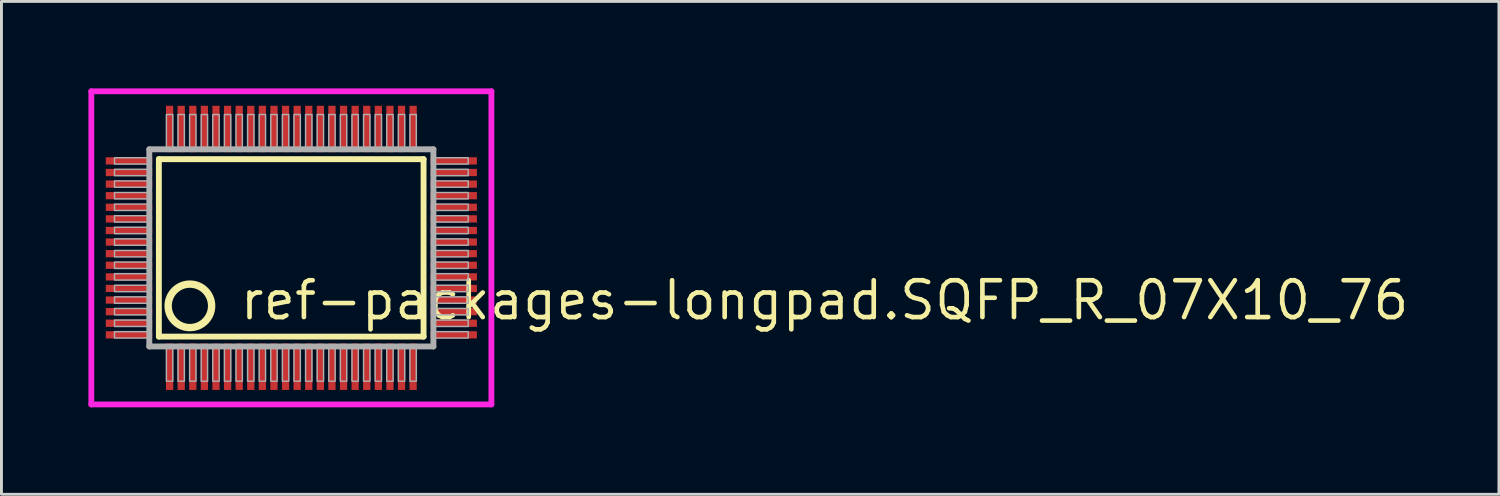
<source format=kicad_pcb>
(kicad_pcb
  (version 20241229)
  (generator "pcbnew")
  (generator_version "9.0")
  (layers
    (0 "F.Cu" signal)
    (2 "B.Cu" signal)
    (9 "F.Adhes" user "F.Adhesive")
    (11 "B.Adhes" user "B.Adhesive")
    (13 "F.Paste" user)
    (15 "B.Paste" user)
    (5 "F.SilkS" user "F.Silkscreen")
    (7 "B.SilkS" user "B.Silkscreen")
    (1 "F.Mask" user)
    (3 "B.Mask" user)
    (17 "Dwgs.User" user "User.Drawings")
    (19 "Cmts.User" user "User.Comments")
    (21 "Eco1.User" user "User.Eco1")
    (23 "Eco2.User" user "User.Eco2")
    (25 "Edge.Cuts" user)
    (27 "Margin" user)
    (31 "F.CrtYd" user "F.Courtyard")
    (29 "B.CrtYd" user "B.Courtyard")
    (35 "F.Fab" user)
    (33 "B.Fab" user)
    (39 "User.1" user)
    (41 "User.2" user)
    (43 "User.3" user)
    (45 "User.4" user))
  (footprint "ref-packages-longpad.SQFP_R_07X10_76"
    (layer "F.Cu")
    (at 7 5.5)
    (property "Reference" "ref-packages-longpad.SQFP_R_07X10_76" (at -1.85 2.55 0) (layer "F.SilkS") (effects (font (size 1.27 1.27) (thickness 0.16)) (justify left bottom)))
    (attr smd)
    (fp_line (start -4.57 -3.06) (end 4.56 -3.06) (stroke (width 0.203) (type default)) (layer "F.SilkS"))
    (fp_line (start -4.57 3.06) (end -4.57 -3.06) (stroke (width 0.203) (type default)) (layer "F.SilkS"))
    (fp_line (start 4.56 -3.06) (end 4.56 3.06) (stroke (width 0.203) (type default)) (layer "F.SilkS"))
    (fp_line (start 4.56 3.06) (end -4.57 3.06) (stroke (width 0.203) (type default)) (layer "F.SilkS"))
    (fp_circle (center -3.5 2) (end -2.75 2) (stroke (width 0.254) (type default)) (fill no) (layer "F.SilkS"))
    (fp_line (start -6.9 -5.4) (end 6.9 -5.4) (stroke (width 0.2) (type default)) (layer "F.CrtYd"))
    (fp_line (start -6.9 5.4) (end -6.9 -5.4) (stroke (width 0.2) (type default)) (layer "F.CrtYd"))
    (fp_line (start 6.9 -5.4) (end 6.9 5.4) (stroke (width 0.2) (type default)) (layer "F.CrtYd"))
    (fp_line (start 6.9 5.4) (end -6.9 5.4) (stroke (width 0.2) (type default)) (layer "F.CrtYd"))
    (fp_line (start -4.9 -3.4) (end -4.9 3.4) (stroke (width 0.203) (type default)) (layer "F.Fab"))
    (fp_line (start -4.9 3.4) (end 4.9 3.4) (stroke (width 0.203) (type default)) (layer "F.Fab"))
    (fp_line (start 4.9 -3.4) (end -4.9 -3.4) (stroke (width 0.203) (type default)) (layer "F.Fab"))
    (fp_line (start 4.9 3.4) (end 4.9 -3.4) (stroke (width 0.203) (type default)) (layer "F.Fab"))
    (fp_rect (start -6.1 -2.89) (end -4.95 -3.11) (stroke (width 0.05) (type default)) (fill no) (layer "F.Fab"))
    (fp_rect (start -6.1 -2.49) (end -4.95 -2.71) (stroke (width 0.05) (type default)) (fill no) (layer "F.Fab"))
    (fp_rect (start -6.1 -2.09) (end -4.95 -2.31) (stroke (width 0.05) (type default)) (fill no) (layer "F.Fab"))
    (fp_rect (start -6.1 -1.69) (end -4.95 -1.91) (stroke (width 0.05) (type default)) (fill no) (layer "F.Fab"))
    (fp_rect (start -6.1 -1.29) (end -4.95 -1.51) (stroke (width 0.05) (type default)) (fill no) (layer "F.Fab"))
    (fp_rect (start -6.1 -0.89) (end -4.95 -1.11) (stroke (width 0.05) (type default)) (fill no) (layer "F.Fab"))
    (fp_rect (start -6.1 -0.49) (end -4.95 -0.71) (stroke (width 0.05) (type default)) (fill no) (layer "F.Fab"))
    (fp_rect (start -6.1 -0.09) (end -4.95 -0.31) (stroke (width 0.05) (type default)) (fill no) (layer "F.Fab"))
    (fp_rect (start -6.1 0.31) (end -4.95 0.09) (stroke (width 0.05) (type default)) (fill no) (layer "F.Fab"))
    (fp_rect (start -6.1 0.71) (end -4.95 0.49) (stroke (width 0.05) (type default)) (fill no) (layer "F.Fab"))
    (fp_rect (start -6.1 1.11) (end -4.95 0.89) (stroke (width 0.05) (type default)) (fill no) (layer "F.Fab"))
    (fp_rect (start -6.1 1.51) (end -4.95 1.29) (stroke (width 0.05) (type default)) (fill no) (layer "F.Fab"))
    (fp_rect (start -6.1 1.91) (end -4.95 1.69) (stroke (width 0.05) (type default)) (fill no) (layer "F.Fab"))
    (fp_rect (start -6.1 2.31) (end -4.95 2.09) (stroke (width 0.05) (type default)) (fill no) (layer "F.Fab"))
    (fp_rect (start -6.1 2.71) (end -4.95 2.49) (stroke (width 0.05) (type default)) (fill no) (layer "F.Fab"))
    (fp_rect (start -6.1 3.11) (end -4.95 2.89) (stroke (width 0.05) (type default)) (fill no) (layer "F.Fab"))
    (fp_rect (start -4.31 -3.45) (end -4.09 -4.6) (stroke (width 0.05) (type default)) (fill no) (layer "F.Fab"))
    (fp_rect (start -4.31 4.6) (end -4.09 3.45) (stroke (width 0.05) (type default)) (fill no) (layer "F.Fab"))
    (fp_rect (start -3.91 -3.45) (end -3.69 -4.6) (stroke (width 0.05) (type default)) (fill no) (layer "F.Fab"))
    (fp_rect (start -3.91 4.6) (end -3.69 3.45) (stroke (width 0.05) (type default)) (fill no) (layer "F.Fab"))
    (fp_rect (start -3.51 -3.45) (end -3.29 -4.6) (stroke (width 0.05) (type default)) (fill no) (layer "F.Fab"))
    (fp_rect (start -3.51 4.6) (end -3.29 3.45) (stroke (width 0.05) (type default)) (fill no) (layer "F.Fab"))
    (fp_rect (start -3.11 -3.45) (end -2.89 -4.6) (stroke (width 0.05) (type default)) (fill no) (layer "F.Fab"))
    (fp_rect (start -3.11 4.6) (end -2.89 3.45) (stroke (width 0.05) (type default)) (fill no) (layer "F.Fab"))
    (fp_rect (start -2.71 -3.45) (end -2.49 -4.6) (stroke (width 0.05) (type default)) (fill no) (layer "F.Fab"))
    (fp_rect (start -2.71 4.6) (end -2.49 3.45) (stroke (width 0.05) (type default)) (fill no) (layer "F.Fab"))
    (fp_rect (start -2.31 -3.45) (end -2.09 -4.6) (stroke (width 0.05) (type default)) (fill no) (layer "F.Fab"))
    (fp_rect (start -2.31 4.6) (end -2.09 3.45) (stroke (width 0.05) (type default)) (fill no) (layer "F.Fab"))
    (fp_rect (start -1.91 -3.45) (end -1.69 -4.6) (stroke (width 0.05) (type default)) (fill no) (layer "F.Fab"))
    (fp_rect (start -1.91 4.6) (end -1.69 3.45) (stroke (width 0.05) (type default)) (fill no) (layer "F.Fab"))
    (fp_rect (start -1.51 -3.45) (end -1.29 -4.6) (stroke (width 0.05) (type default)) (fill no) (layer "F.Fab"))
    (fp_rect (start -1.51 4.6) (end -1.29 3.45) (stroke (width 0.05) (type default)) (fill no) (layer "F.Fab"))
    (fp_rect (start -1.11 -3.45) (end -0.89 -4.6) (stroke (width 0.05) (type default)) (fill no) (layer "F.Fab"))
    (fp_rect (start -1.11 4.6) (end -0.89 3.45) (stroke (width 0.05) (type default)) (fill no) (layer "F.Fab"))
    (fp_rect (start -0.71 -3.45) (end -0.49 -4.6) (stroke (width 0.05) (type default)) (fill no) (layer "F.Fab"))
    (fp_rect (start -0.71 4.6) (end -0.49 3.45) (stroke (width 0.05) (type default)) (fill no) (layer "F.Fab"))
    (fp_rect (start -0.31 -3.45) (end -0.09 -4.6) (stroke (width 0.05) (type default)) (fill no) (layer "F.Fab"))
    (fp_rect (start -0.31 4.6) (end -0.09 3.45) (stroke (width 0.05) (type default)) (fill no) (layer "F.Fab"))
    (fp_rect (start 0.09 -3.45) (end 0.31 -4.6) (stroke (width 0.05) (type default)) (fill no) (layer "F.Fab"))
    (fp_rect (start 0.09 4.6) (end 0.31 3.45) (stroke (width 0.05) (type default)) (fill no) (layer "F.Fab"))
    (fp_rect (start 0.49 -3.45) (end 0.71 -4.6) (stroke (width 0.05) (type default)) (fill no) (layer "F.Fab"))
    (fp_rect (start 0.49 4.6) (end 0.71 3.45) (stroke (width 0.05) (type default)) (fill no) (layer "F.Fab"))
    (fp_rect (start 0.89 -3.45) (end 1.11 -4.6) (stroke (width 0.05) (type default)) (fill no) (layer "F.Fab"))
    (fp_rect (start 0.89 4.6) (end 1.11 3.45) (stroke (width 0.05) (type default)) (fill no) (layer "F.Fab"))
    (fp_rect (start 1.29 -3.45) (end 1.51 -4.6) (stroke (width 0.05) (type default)) (fill no) (layer "F.Fab"))
    (fp_rect (start 1.29 4.6) (end 1.51 3.45) (stroke (width 0.05) (type default)) (fill no) (layer "F.Fab"))
    (fp_rect (start 1.69 -3.45) (end 1.91 -4.6) (stroke (width 0.05) (type default)) (fill no) (layer "F.Fab"))
    (fp_rect (start 1.69 4.6) (end 1.91 3.45) (stroke (width 0.05) (type default)) (fill no) (layer "F.Fab"))
    (fp_rect (start 2.09 -3.45) (end 2.31 -4.6) (stroke (width 0.05) (type default)) (fill no) (layer "F.Fab"))
    (fp_rect (start 2.09 4.6) (end 2.31 3.45) (stroke (width 0.05) (type default)) (fill no) (layer "F.Fab"))
    (fp_rect (start 2.49 -3.45) (end 2.71 -4.6) (stroke (width 0.05) (type default)) (fill no) (layer "F.Fab"))
    (fp_rect (start 2.49 4.6) (end 2.71 3.45) (stroke (width 0.05) (type default)) (fill no) (layer "F.Fab"))
    (fp_rect (start 2.89 -3.45) (end 3.11 -4.6) (stroke (width 0.05) (type default)) (fill no) (layer "F.Fab"))
    (fp_rect (start 2.89 4.6) (end 3.11 3.45) (stroke (width 0.05) (type default)) (fill no) (layer "F.Fab"))
    (fp_rect (start 3.29 -3.45) (end 3.51 -4.6) (stroke (width 0.05) (type default)) (fill no) (layer "F.Fab"))
    (fp_rect (start 3.29 4.6) (end 3.51 3.45) (stroke (width 0.05) (type default)) (fill no) (layer "F.Fab"))
    (fp_rect (start 3.69 -3.45) (end 3.91 -4.6) (stroke (width 0.05) (type default)) (fill no) (layer "F.Fab"))
    (fp_rect (start 3.69 4.6) (end 3.91 3.45) (stroke (width 0.05) (type default)) (fill no) (layer "F.Fab"))
    (fp_rect (start 4.09 -3.45) (end 4.31 -4.6) (stroke (width 0.05) (type default)) (fill no) (layer "F.Fab"))
    (fp_rect (start 4.09 4.6) (end 4.31 3.45) (stroke (width 0.05) (type default)) (fill no) (layer "F.Fab"))
    (fp_rect (start 4.95 -2.89) (end 6.1 -3.11) (stroke (width 0.05) (type default)) (fill no) (layer "F.Fab"))
    (fp_rect (start 4.95 -2.49) (end 6.1 -2.71) (stroke (width 0.05) (type default)) (fill no) (layer "F.Fab"))
    (fp_rect (start 4.95 -2.09) (end 6.1 -2.31) (stroke (width 0.05) (type default)) (fill no) (layer "F.Fab"))
    (fp_rect (start 4.95 -1.69) (end 6.1 -1.91) (stroke (width 0.05) (type default)) (fill no) (layer "F.Fab"))
    (fp_rect (start 4.95 -1.29) (end 6.1 -1.51) (stroke (width 0.05) (type default)) (fill no) (layer "F.Fab"))
    (fp_rect (start 4.95 -0.89) (end 6.1 -1.11) (stroke (width 0.05) (type default)) (fill no) (layer "F.Fab"))
    (fp_rect (start 4.95 -0.49) (end 6.1 -0.71) (stroke (width 0.05) (type default)) (fill no) (layer "F.Fab"))
    (fp_rect (start 4.95 -0.09) (end 6.1 -0.31) (stroke (width 0.05) (type default)) (fill no) (layer "F.Fab"))
    (fp_rect (start 4.95 0.31) (end 6.1 0.09) (stroke (width 0.05) (type default)) (fill no) (layer "F.Fab"))
    (fp_rect (start 4.95 0.71) (end 6.1 0.49) (stroke (width 0.05) (type default)) (fill no) (layer "F.Fab"))
    (fp_rect (start 4.95 1.11) (end 6.1 0.89) (stroke (width 0.05) (type default)) (fill no) (layer "F.Fab"))
    (fp_rect (start 4.95 1.51) (end 6.1 1.29) (stroke (width 0.05) (type default)) (fill no) (layer "F.Fab"))
    (fp_rect (start 4.95 1.91) (end 6.1 1.69) (stroke (width 0.05) (type default)) (fill no) (layer "F.Fab"))
    (fp_rect (start 4.95 2.31) (end 6.1 2.09) (stroke (width 0.05) (type default)) (fill no) (layer "F.Fab"))
    (fp_rect (start 4.95 2.71) (end 6.1 2.49) (stroke (width 0.05) (type default)) (fill no) (layer "F.Fab"))
    (fp_rect (start 4.95 3.11) (end 6.1 2.89) (stroke (width 0.05) (type default)) (fill no) (layer "F.Fab"))
    (pad "1" smd roundrect (at -4.2 4.1) (size 0.25 1.6) (layers "F.Cu" "F.Mask" "F.Paste") (roundrect_rratio 0.01))
    (pad "2" smd roundrect (at -3.8 4.1) (size 0.25 1.6) (layers "F.Cu" "F.Mask" "F.Paste") (roundrect_rratio 0.01))
    (pad "3" smd roundrect (at -3.4 4.1) (size 0.25 1.6) (layers "F.Cu" "F.Mask" "F.Paste") (roundrect_rratio 0.01))
    (pad "4" smd roundrect (at -3 4.1) (size 0.25 1.6) (layers "F.Cu" "F.Mask" "F.Paste") (roundrect_rratio 0.01))
    (pad "5" smd roundrect (at -2.6 4.1) (size 0.25 1.6) (layers "F.Cu" "F.Mask" "F.Paste") (roundrect_rratio 0.01))
    (pad "6" smd roundrect (at -2.2 4.1) (size 0.25 1.6) (layers "F.Cu" "F.Mask" "F.Paste") (roundrect_rratio 0.01))
    (pad "7" smd roundrect (at -1.8 4.1) (size 0.25 1.6) (layers "F.Cu" "F.Mask" "F.Paste") (roundrect_rratio 0.01))
    (pad "8" smd roundrect (at -1.4 4.1) (size 0.25 1.6) (layers "F.Cu" "F.Mask" "F.Paste") (roundrect_rratio 0.01))
    (pad "9" smd roundrect (at -1 4.1) (size 0.25 1.6) (layers "F.Cu" "F.Mask" "F.Paste") (roundrect_rratio 0.01))
    (pad "10" smd roundrect (at -0.6 4.1) (size 0.25 1.6) (layers "F.Cu" "F.Mask" "F.Paste") (roundrect_rratio 0.01))
    (pad "11" smd roundrect (at -0.2 4.1) (size 0.25 1.6) (layers "F.Cu" "F.Mask" "F.Paste") (roundrect_rratio 0.01))
    (pad "12" smd roundrect (at 0.2 4.1) (size 0.25 1.6) (layers "F.Cu" "F.Mask" "F.Paste") (roundrect_rratio 0.01))
    (pad "13" smd roundrect (at 0.6 4.1) (size 0.25 1.6) (layers "F.Cu" "F.Mask" "F.Paste") (roundrect_rratio 0.01))
    (pad "14" smd roundrect (at 1 4.1) (size 0.25 1.6) (layers "F.Cu" "F.Mask" "F.Paste") (roundrect_rratio 0.01))
    (pad "15" smd roundrect (at 1.4 4.1) (size 0.25 1.6) (layers "F.Cu" "F.Mask" "F.Paste") (roundrect_rratio 0.01))
    (pad "16" smd roundrect (at 1.8 4.1) (size 0.25 1.6) (layers "F.Cu" "F.Mask" "F.Paste") (roundrect_rratio 0.01))
    (pad "17" smd roundrect (at 2.2 4.1) (size 0.25 1.6) (layers "F.Cu" "F.Mask" "F.Paste") (roundrect_rratio 0.01))
    (pad "18" smd roundrect (at 2.6 4.1) (size 0.25 1.6) (layers "F.Cu" "F.Mask" "F.Paste") (roundrect_rratio 0.01))
    (pad "19" smd roundrect (at 3 4.1) (size 0.25 1.6) (layers "F.Cu" "F.Mask" "F.Paste") (roundrect_rratio 0.01))
    (pad "20" smd roundrect (at 3.4 4.1) (size 0.25 1.6) (layers "F.Cu" "F.Mask" "F.Paste") (roundrect_rratio 0.01))
    (pad "21" smd roundrect (at 3.8 4.1) (size 0.25 1.6) (layers "F.Cu" "F.Mask" "F.Paste") (roundrect_rratio 0.01))
    (pad "22" smd roundrect (at 4.2 4.1) (size 0.25 1.6) (layers "F.Cu" "F.Mask" "F.Paste") (roundrect_rratio 0.01))
    (pad "23" smd roundrect (at 5.6 3) (size 1.6 0.25) (layers "F.Cu" "F.Mask" "F.Paste") (roundrect_rratio 0.01))
    (pad "24" smd roundrect (at 5.6 2.6) (size 1.6 0.25) (layers "F.Cu" "F.Mask" "F.Paste") (roundrect_rratio 0.01))
    (pad "25" smd roundrect (at 5.6 2.2) (size 1.6 0.25) (layers "F.Cu" "F.Mask" "F.Paste") (roundrect_rratio 0.01))
    (pad "26" smd roundrect (at 5.6 1.8) (size 1.6 0.25) (layers "F.Cu" "F.Mask" "F.Paste") (roundrect_rratio 0.01))
    (pad "27" smd roundrect (at 5.6 1.4) (size 1.6 0.25) (layers "F.Cu" "F.Mask" "F.Paste") (roundrect_rratio 0.01))
    (pad "28" smd roundrect (at 5.6 1) (size 1.6 0.25) (layers "F.Cu" "F.Mask" "F.Paste") (roundrect_rratio 0.01))
    (pad "29" smd roundrect (at 5.6 0.6) (size 1.6 0.25) (layers "F.Cu" "F.Mask" "F.Paste") (roundrect_rratio 0.01))
    (pad "30" smd roundrect (at 5.6 0.2) (size 1.6 0.25) (layers "F.Cu" "F.Mask" "F.Paste") (roundrect_rratio 0.01))
    (pad "31" smd roundrect (at 5.6 -0.2) (size 1.6 0.25) (layers "F.Cu" "F.Mask" "F.Paste") (roundrect_rratio 0.01))
    (pad "32" smd roundrect (at 5.6 -0.6) (size 1.6 0.25) (layers "F.Cu" "F.Mask" "F.Paste") (roundrect_rratio 0.01))
    (pad "33" smd roundrect (at 5.6 -1) (size 1.6 0.25) (layers "F.Cu" "F.Mask" "F.Paste") (roundrect_rratio 0.01))
    (pad "34" smd roundrect (at 5.6 -1.4) (size 1.6 0.25) (layers "F.Cu" "F.Mask" "F.Paste") (roundrect_rratio 0.01))
    (pad "35" smd roundrect (at 5.6 -1.8) (size 1.6 0.25) (layers "F.Cu" "F.Mask" "F.Paste") (roundrect_rratio 0.01))
    (pad "36" smd roundrect (at 5.6 -2.2) (size 1.6 0.25) (layers "F.Cu" "F.Mask" "F.Paste") (roundrect_rratio 0.01))
    (pad "37" smd roundrect (at 5.6 -2.6) (size 1.6 0.25) (layers "F.Cu" "F.Mask" "F.Paste") (roundrect_rratio 0.01))
    (pad "38" smd roundrect (at 5.6 -3) (size 1.6 0.25) (layers "F.Cu" "F.Mask" "F.Paste") (roundrect_rratio 0.01))
    (pad "39" smd roundrect (at 4.2 -4.1) (size 0.25 1.6) (layers "F.Cu" "F.Mask" "F.Paste") (roundrect_rratio 0.01))
    (pad "40" smd roundrect (at 3.8 -4.1) (size 0.25 1.6) (layers "F.Cu" "F.Mask" "F.Paste") (roundrect_rratio 0.01))
    (pad "41" smd roundrect (at 3.4 -4.1) (size 0.25 1.6) (layers "F.Cu" "F.Mask" "F.Paste") (roundrect_rratio 0.01))
    (pad "42" smd roundrect (at 3 -4.1) (size 0.25 1.6) (layers "F.Cu" "F.Mask" "F.Paste") (roundrect_rratio 0.01))
    (pad "43" smd roundrect (at 2.6 -4.1) (size 0.25 1.6) (layers "F.Cu" "F.Mask" "F.Paste") (roundrect_rratio 0.01))
    (pad "44" smd roundrect (at 2.2 -4.1) (size 0.25 1.6) (layers "F.Cu" "F.Mask" "F.Paste") (roundrect_rratio 0.01))
    (pad "45" smd roundrect (at 1.8 -4.1) (size 0.25 1.6) (layers "F.Cu" "F.Mask" "F.Paste") (roundrect_rratio 0.01))
    (pad "46" smd roundrect (at 1.4 -4.1) (size 0.25 1.6) (layers "F.Cu" "F.Mask" "F.Paste") (roundrect_rratio 0.01))
    (pad "47" smd roundrect (at 1 -4.1) (size 0.25 1.6) (layers "F.Cu" "F.Mask" "F.Paste") (roundrect_rratio 0.01))
    (pad "48" smd roundrect (at 0.6 -4.1) (size 0.25 1.6) (layers "F.Cu" "F.Mask" "F.Paste") (roundrect_rratio 0.01))
    (pad "49" smd roundrect (at 0.2 -4.1) (size 0.25 1.6) (layers "F.Cu" "F.Mask" "F.Paste") (roundrect_rratio 0.01))
    (pad "50" smd roundrect (at -0.2 -4.1) (size 0.25 1.6) (layers "F.Cu" "F.Mask" "F.Paste") (roundrect_rratio 0.01))
    (pad "51" smd roundrect (at -0.6 -4.1) (size 0.25 1.6) (layers "F.Cu" "F.Mask" "F.Paste") (roundrect_rratio 0.01))
    (pad "52" smd roundrect (at -1 -4.1) (size 0.25 1.6) (layers "F.Cu" "F.Mask" "F.Paste") (roundrect_rratio 0.01))
    (pad "53" smd roundrect (at -1.4 -4.1) (size 0.25 1.6) (layers "F.Cu" "F.Mask" "F.Paste") (roundrect_rratio 0.01))
    (pad "54" smd roundrect (at -1.8 -4.1) (size 0.25 1.6) (layers "F.Cu" "F.Mask" "F.Paste") (roundrect_rratio 0.01))
    (pad "55" smd roundrect (at -2.2 -4.1) (size 0.25 1.6) (layers "F.Cu" "F.Mask" "F.Paste") (roundrect_rratio 0.01))
    (pad "56" smd roundrect (at -2.6 -4.1) (size 0.25 1.6) (layers "F.Cu" "F.Mask" "F.Paste") (roundrect_rratio 0.01))
    (pad "57" smd roundrect (at -3 -4.1) (size 0.25 1.6) (layers "F.Cu" "F.Mask" "F.Paste") (roundrect_rratio 0.01))
    (pad "58" smd roundrect (at -3.4 -4.1) (size 0.25 1.6) (layers "F.Cu" "F.Mask" "F.Paste") (roundrect_rratio 0.01))
    (pad "59" smd roundrect (at -3.8 -4.1) (size 0.25 1.6) (layers "F.Cu" "F.Mask" "F.Paste") (roundrect_rratio 0.01))
    (pad "60" smd roundrect (at -4.2 -4.1) (size 0.25 1.6) (layers "F.Cu" "F.Mask" "F.Paste") (roundrect_rratio 0.01))
    (pad "61" smd roundrect (at -5.6 -3) (size 1.6 0.25) (layers "F.Cu" "F.Mask" "F.Paste") (roundrect_rratio 0.01))
    (pad "62" smd roundrect (at -5.6 -2.6) (size 1.6 0.25) (layers "F.Cu" "F.Mask" "F.Paste") (roundrect_rratio 0.01))
    (pad "63" smd roundrect (at -5.6 -2.2) (size 1.6 0.25) (layers "F.Cu" "F.Mask" "F.Paste") (roundrect_rratio 0.01))
    (pad "64" smd roundrect (at -5.6 -1.8) (size 1.6 0.25) (layers "F.Cu" "F.Mask" "F.Paste") (roundrect_rratio 0.01))
    (pad "65" smd roundrect (at -5.6 -1.4) (size 1.6 0.25) (layers "F.Cu" "F.Mask" "F.Paste") (roundrect_rratio 0.01))
    (pad "66" smd roundrect (at -5.6 -1) (size 1.6 0.25) (layers "F.Cu" "F.Mask" "F.Paste") (roundrect_rratio 0.01))
    (pad "67" smd roundrect (at -5.6 -0.6) (size 1.6 0.25) (layers "F.Cu" "F.Mask" "F.Paste") (roundrect_rratio 0.01))
    (pad "68" smd roundrect (at -5.6 -0.2) (size 1.6 0.25) (layers "F.Cu" "F.Mask" "F.Paste") (roundrect_rratio 0.01))
    (pad "69" smd roundrect (at -5.6 0.2) (size 1.6 0.25) (layers "F.Cu" "F.Mask" "F.Paste") (roundrect_rratio 0.01))
    (pad "70" smd roundrect (at -5.6 0.6) (size 1.6 0.25) (layers "F.Cu" "F.Mask" "F.Paste") (roundrect_rratio 0.01))
    (pad "71" smd roundrect (at -5.6 1) (size 1.6 0.25) (layers "F.Cu" "F.Mask" "F.Paste") (roundrect_rratio 0.01))
    (pad "72" smd roundrect (at -5.6 1.4) (size 1.6 0.25) (layers "F.Cu" "F.Mask" "F.Paste") (roundrect_rratio 0.01))
    (pad "73" smd roundrect (at -5.6 1.8) (size 1.6 0.25) (layers "F.Cu" "F.Mask" "F.Paste") (roundrect_rratio 0.01))
    (pad "74" smd roundrect (at -5.6 2.2) (size 1.6 0.25) (layers "F.Cu" "F.Mask" "F.Paste") (roundrect_rratio 0.01))
    (pad "75" smd roundrect (at -5.6 2.6) (size 1.6 0.25) (layers "F.Cu" "F.Mask" "F.Paste") (roundrect_rratio 0.01))
    (pad "76" smd roundrect (at -5.6 3) (size 1.6 0.25) (layers "F.Cu" "F.Mask" "F.Paste") (roundrect_rratio 0.01)))
  (gr_rect
    (start -3 -3)
    (end 48.653 14)
    (stroke (width 0.1) (type default))
    (fill no)
    (layer "Edge.Cuts")))
</source>
